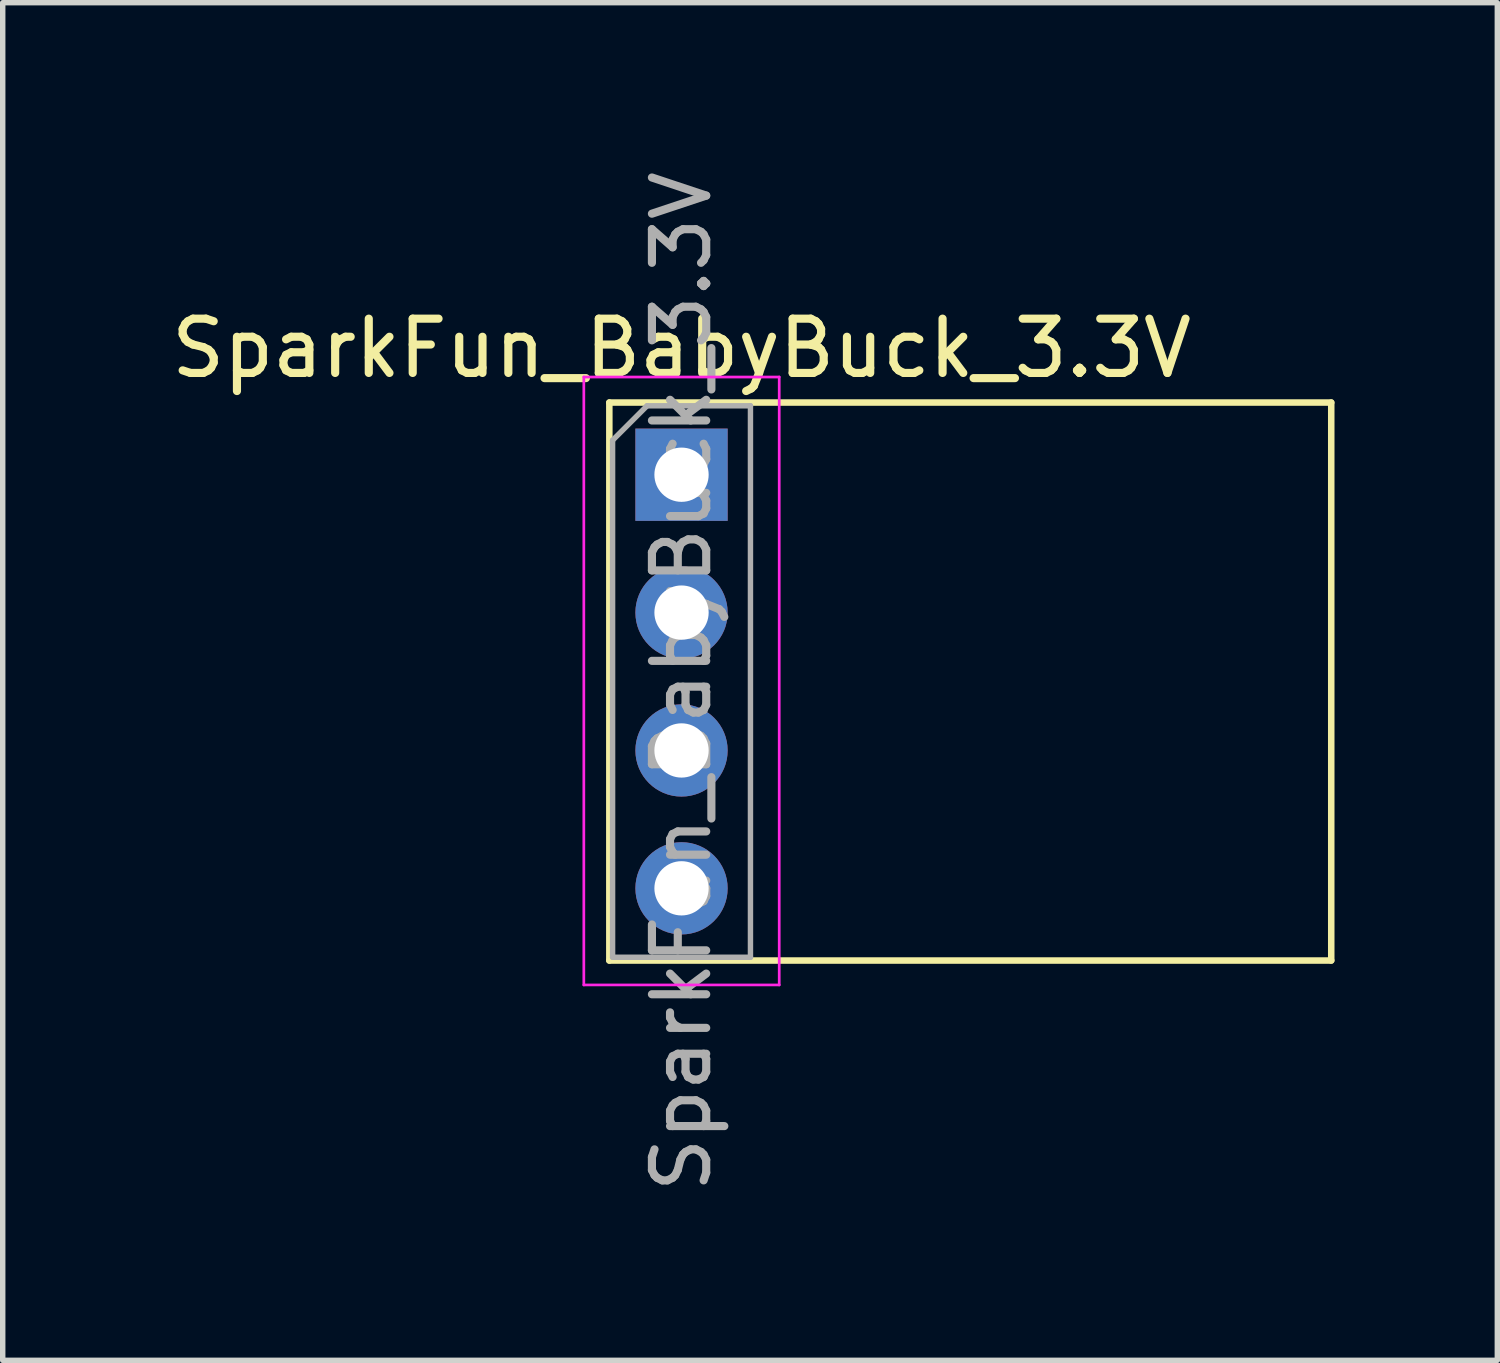
<source format=kicad_pcb>
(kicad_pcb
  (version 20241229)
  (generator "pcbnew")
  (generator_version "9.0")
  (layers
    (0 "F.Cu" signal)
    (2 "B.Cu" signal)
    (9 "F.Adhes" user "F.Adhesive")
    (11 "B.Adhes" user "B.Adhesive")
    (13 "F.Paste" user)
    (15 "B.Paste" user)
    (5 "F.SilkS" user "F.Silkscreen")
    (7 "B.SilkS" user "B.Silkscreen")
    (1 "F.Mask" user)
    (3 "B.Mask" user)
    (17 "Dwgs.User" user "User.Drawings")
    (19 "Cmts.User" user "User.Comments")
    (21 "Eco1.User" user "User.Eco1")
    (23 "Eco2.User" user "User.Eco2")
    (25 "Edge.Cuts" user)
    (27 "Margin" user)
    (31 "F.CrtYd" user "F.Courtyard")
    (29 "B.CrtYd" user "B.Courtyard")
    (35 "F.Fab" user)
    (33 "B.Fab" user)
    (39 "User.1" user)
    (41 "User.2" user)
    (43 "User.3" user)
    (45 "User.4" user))
  (footprint "SparkFun_BabyBuck_3.3V"
    (layer "F.Cu")
    (at 9.506 5.696)
    (property "Reference" "SparkFun_BabyBuck_3.3V" (at 0 -2.33 0) (layer "F.SilkS") (effects (font (size 1 1) (thickness 0.15))))
    (attr through_hole)
    (fp_line (start -1.33 -1.33) (end -1.33 8.95) (stroke (width 0.12) (type solid)) (layer "F.SilkS"))
    (fp_line (start -1.33 -1.33) (end 11.97 -1.33) (stroke (width 0.12) (type solid)) (layer "F.SilkS"))
    (fp_line (start -1.33 8.95) (end 11.97 8.95) (stroke (width 0.12) (type solid)) (layer "F.SilkS"))
    (fp_line (start 11.97 -1.33) (end 11.97 8.95) (stroke (width 0.12) (type default)) (layer "F.SilkS"))
    (fp_line (start -1.8 -1.8) (end -1.8 9.4) (stroke (width 0.05) (type solid)) (layer "F.CrtYd"))
    (fp_line (start -1.8 9.4) (end 1.8 9.4) (stroke (width 0.05) (type solid)) (layer "F.CrtYd"))
    (fp_line (start 1.8 -1.8) (end -1.8 -1.8) (stroke (width 0.05) (type solid)) (layer "F.CrtYd"))
    (fp_line (start 1.8 9.4) (end 1.8 -1.8) (stroke (width 0.05) (type solid)) (layer "F.CrtYd"))
    (fp_line (start -1.27 -0.635) (end -0.635 -1.27) (stroke (width 0.1) (type solid)) (layer "F.Fab"))
    (fp_line (start -1.27 8.89) (end -1.27 -0.635) (stroke (width 0.1) (type solid)) (layer "F.Fab"))
    (fp_line (start -0.635 -1.27) (end 1.27 -1.27) (stroke (width 0.1) (type solid)) (layer "F.Fab"))
    (fp_line (start 1.27 -1.27) (end 1.27 8.89) (stroke (width 0.1) (type solid)) (layer "F.Fab"))
    (fp_line (start 1.27 8.89) (end -1.27 8.89) (stroke (width 0.1) (type solid)) (layer "F.Fab"))
    (fp_text user "${REFERENCE}" (at 0 3.81 90) (layer "F.Fab") (effects (font (size 1 1) (thickness 0.15))))
    (pad "1" thru_hole rect (at 0 0) (size 1.7 1.7) (drill 1) (layers "*.Cu" "*.Mask"))
    (pad "2" thru_hole oval (at 0 2.54) (size 1.7 1.7) (drill 1) (layers "*.Cu" "*.Mask"))
    (pad "3" thru_hole oval (at 0 5.08) (size 1.7 1.7) (drill 1) (layers "*.Cu" "*.Mask"))
    (pad "4" thru_hole oval (at 0 7.62) (size 1.7 1.7) (drill 1) (layers "*.Cu" "*.Mask")))
  (gr_rect
    (start -3 -3)
    (end 24.536 22.012)
    (stroke (width 0.1) (type default))
    (fill no)
    (layer "Edge.Cuts")))
</source>
